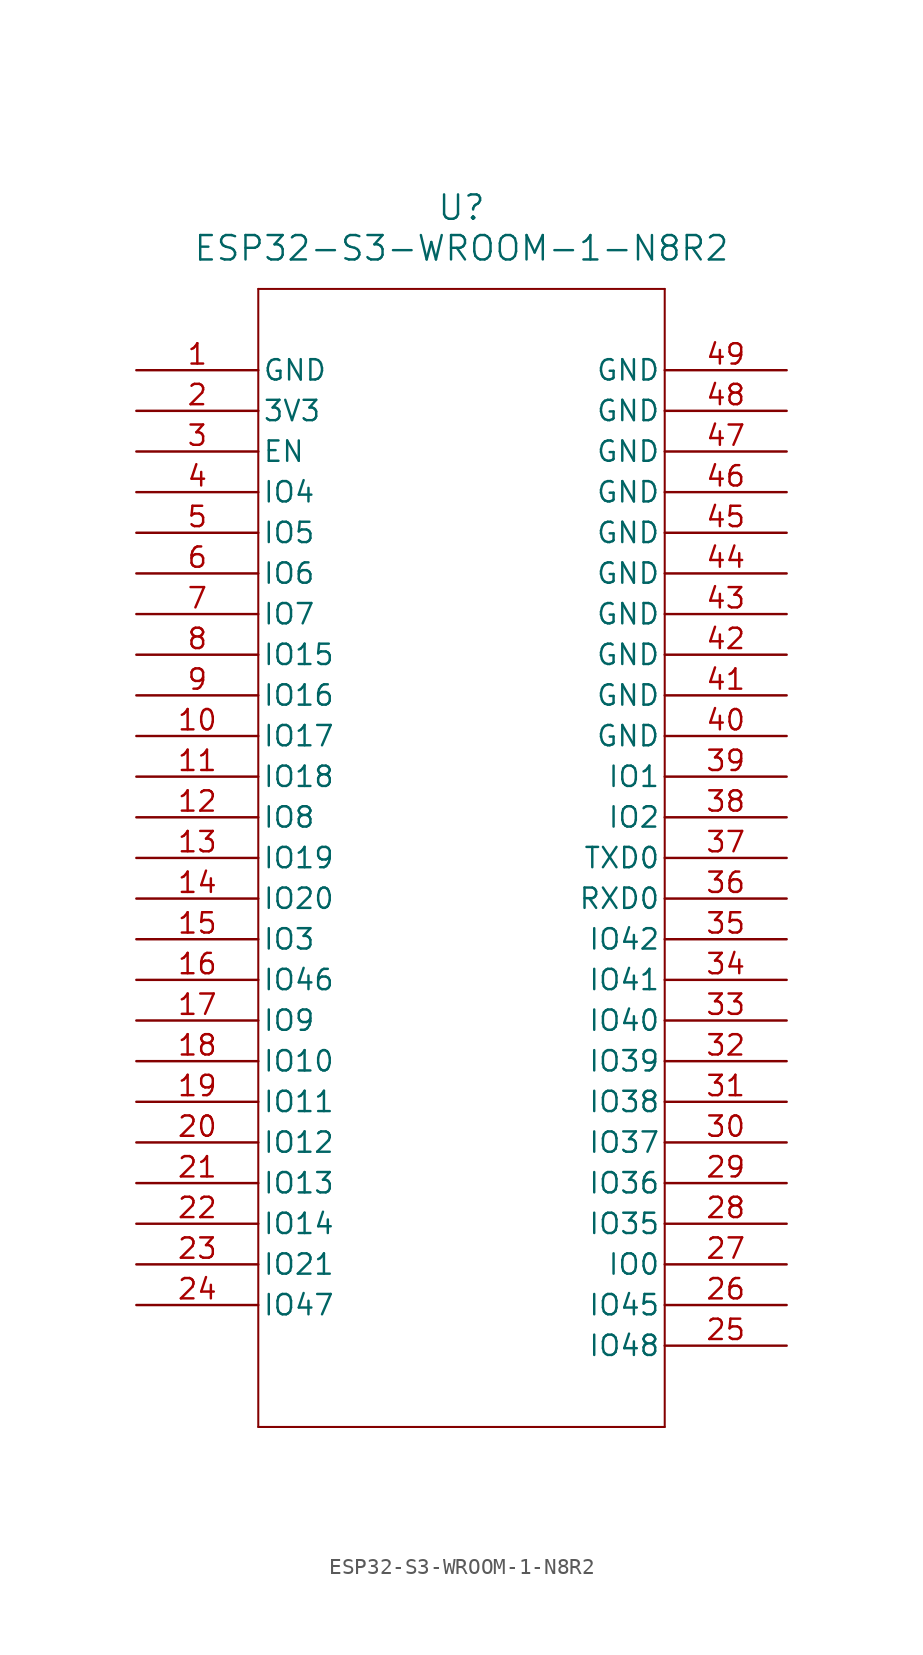
<source format=kicad_sym>
(kicad_symbol_lib
  (version 20220914)
  (generator kicad_symbol_editor)
  (symbol "ESP32-S3-WROOM-1-N8R2"
    (pin_names
      (offset 0.254))
    (property "Reference" "U"
      (at 20.32 10.16 0)
      (effects (font (size 1.524 1.524))))
    (property "Value" "ESP32-S3-WROOM-1-N8R2"
      (at 20.32 7.62 0)
      (effects (font (size 1.524 1.524))))
    (property "ki_locked" ""
      (at 0 0 0)
      (effects (font (size 1.27 1.27))))
    (symbol "ESP32-S3-WROOM-1-N8R2_0_1"
      (polyline (pts (xy 7.62 -66.04) (xy 33.02 -66.04)) (stroke (width 0.127) (type default)) (fill (type none)))
      (polyline (pts (xy 7.62 5.08) (xy 7.62 -66.04)) (stroke (width 0.127) (type default)) (fill (type none)))
      (polyline (pts (xy 33.02 -66.04) (xy 33.02 5.08)) (stroke (width 0.127) (type default)) (fill (type none)))
      (polyline (pts (xy 33.02 5.08) (xy 7.62 5.08)) (stroke (width 0.127) (type default)) (fill (type none)))
      (pin bidirectional line (at 0 -22.86 0) (length 7.62) (name "IO17" (effects (font (size 1.27 1.27)))) (number "10" (effects (font (size 1.27 1.27)))))
      (pin bidirectional line (at 0 -25.4 0) (length 7.62) (name "IO18" (effects (font (size 1.27 1.27)))) (number "11" (effects (font (size 1.27 1.27)))))
      (pin bidirectional line (at 0 -27.94 0) (length 7.62) (name "IO8" (effects (font (size 1.27 1.27)))) (number "12" (effects (font (size 1.27 1.27)))))
      (pin bidirectional line (at 0 -30.48 0) (length 7.62) (name "IO19" (effects (font (size 1.27 1.27)))) (number "13" (effects (font (size 1.27 1.27)))))
      (pin bidirectional line (at 0 -33.02 0) (length 7.62) (name "IO20" (effects (font (size 1.27 1.27)))) (number "14" (effects (font (size 1.27 1.27)))))
      (pin bidirectional line (at 0 -35.56 0) (length 7.62) (name "IO3" (effects (font (size 1.27 1.27)))) (number "15" (effects (font (size 1.27 1.27)))))
      (pin bidirectional line (at 0 -38.1 0) (length 7.62) (name "IO46" (effects (font (size 1.27 1.27)))) (number "16" (effects (font (size 1.27 1.27)))))
      (pin bidirectional line (at 0 -40.64 0) (length 7.62) (name "IO9" (effects (font (size 1.27 1.27)))) (number "17" (effects (font (size 1.27 1.27)))))
      (pin bidirectional line (at 0 -43.18 0) (length 7.62) (name "IO10" (effects (font (size 1.27 1.27)))) (number "18" (effects (font (size 1.27 1.27)))))
      (pin bidirectional line (at 0 -45.72 0) (length 7.62) (name "IO11" (effects (font (size 1.27 1.27)))) (number "19" (effects (font (size 1.27 1.27)))))
      (pin power_in line (at 0 -2.54 0) (length 7.62) (name "3V3" (effects (font (size 1.27 1.27)))) (number "2" (effects (font (size 1.27 1.27)))))
      (pin bidirectional line (at 0 -48.26 0) (length 7.62) (name "IO12" (effects (font (size 1.27 1.27)))) (number "20" (effects (font (size 1.27 1.27)))))
      (pin bidirectional line (at 0 -50.8 0) (length 7.62) (name "IO13" (effects (font (size 1.27 1.27)))) (number "21" (effects (font (size 1.27 1.27)))))
      (pin bidirectional line (at 0 -53.34 0) (length 7.62) (name "IO14" (effects (font (size 1.27 1.27)))) (number "22" (effects (font (size 1.27 1.27)))))
      (pin bidirectional line (at 0 -55.88 0) (length 7.62) (name "IO21" (effects (font (size 1.27 1.27)))) (number "23" (effects (font (size 1.27 1.27)))))
      (pin bidirectional line (at 0 -58.42 0) (length 7.62) (name "IO47" (effects (font (size 1.27 1.27)))) (number "24" (effects (font (size 1.27 1.27)))))
      (pin bidirectional line (at 40.64 -60.96 180) (length 7.62) (name "IO48" (effects (font (size 1.27 1.27)))) (number "25" (effects (font (size 1.27 1.27)))))
      (pin bidirectional line (at 40.64 -58.42 180) (length 7.62) (name "IO45" (effects (font (size 1.27 1.27)))) (number "26" (effects (font (size 1.27 1.27)))))
      (pin bidirectional line (at 40.64 -55.88 180) (length 7.62) (name "IO0" (effects (font (size 1.27 1.27)))) (number "27" (effects (font (size 1.27 1.27)))))
      (pin bidirectional line (at 40.64 -53.34 180) (length 7.62) (name "IO35" (effects (font (size 1.27 1.27)))) (number "28" (effects (font (size 1.27 1.27)))))
      (pin bidirectional line (at 40.64 -50.8 180) (length 7.62) (name "IO36" (effects (font (size 1.27 1.27)))) (number "29" (effects (font (size 1.27 1.27)))))
      (pin input line (at 0 -5.08 0) (length 7.62) (name "EN" (effects (font (size 1.27 1.27)))) (number "3" (effects (font (size 1.27 1.27)))))
      (pin bidirectional line (at 40.64 -48.26 180) (length 7.62) (name "IO37" (effects (font (size 1.27 1.27)))) (number "30" (effects (font (size 1.27 1.27)))))
      (pin bidirectional line (at 40.64 -45.72 180) (length 7.62) (name "IO38" (effects (font (size 1.27 1.27)))) (number "31" (effects (font (size 1.27 1.27)))))
      (pin bidirectional line (at 40.64 -43.18 180) (length 7.62) (name "IO39" (effects (font (size 1.27 1.27)))) (number "32" (effects (font (size 1.27 1.27)))))
      (pin bidirectional line (at 40.64 -40.64 180) (length 7.62) (name "IO40" (effects (font (size 1.27 1.27)))) (number "33" (effects (font (size 1.27 1.27)))))
      (pin bidirectional line (at 40.64 -38.1 180) (length 7.62) (name "IO41" (effects (font (size 1.27 1.27)))) (number "34" (effects (font (size 1.27 1.27)))))
      (pin bidirectional line (at 40.64 -35.56 180) (length 7.62) (name "IO42" (effects (font (size 1.27 1.27)))) (number "35" (effects (font (size 1.27 1.27)))))
      (pin bidirectional line (at 40.64 -33.02 180) (length 7.62) (name "RXD0" (effects (font (size 1.27 1.27)))) (number "36" (effects (font (size 1.27 1.27)))))
      (pin bidirectional line (at 40.64 -30.48 180) (length 7.62) (name "TXD0" (effects (font (size 1.27 1.27)))) (number "37" (effects (font (size 1.27 1.27)))))
      (pin bidirectional line (at 40.64 -27.94 180) (length 7.62) (name "IO2" (effects (font (size 1.27 1.27)))) (number "38" (effects (font (size 1.27 1.27)))))
      (pin bidirectional line (at 40.64 -25.4 180) (length 7.62) (name "IO1" (effects (font (size 1.27 1.27)))) (number "39" (effects (font (size 1.27 1.27)))))
      (pin bidirectional line (at 0 -7.62 0) (length 7.62) (name "IO4" (effects (font (size 1.27 1.27)))) (number "4" (effects (font (size 1.27 1.27)))))
      (pin bidirectional line (at 0 -10.16 0) (length 7.62) (name "IO5" (effects (font (size 1.27 1.27)))) (number "5" (effects (font (size 1.27 1.27)))))
      (pin bidirectional line (at 0 -12.7 0) (length 7.62) (name "IO6" (effects (font (size 1.27 1.27)))) (number "6" (effects (font (size 1.27 1.27)))))
      (pin bidirectional line (at 0 -15.24 0) (length 7.62) (name "IO7" (effects (font (size 1.27 1.27)))) (number "7" (effects (font (size 1.27 1.27)))))
      (pin bidirectional line (at 0 -17.78 0) (length 7.62) (name "IO15" (effects (font (size 1.27 1.27)))) (number "8" (effects (font (size 1.27 1.27)))))
      (pin bidirectional line (at 0 -20.32 0) (length 7.62) (name "IO16" (effects (font (size 1.27 1.27)))) (number "9" (effects (font (size 1.27 1.27))))))
    (symbol "ESP32-S3-WROOM-1-N8R2_1_1"
      (pin power_in line (at 0 0 0) (length 7.62) (name "GND" (effects (font (size 1.27 1.27)))) (number "1" (effects (font (size 1.27 1.27)))))
      (pin power_in line (at 40.64 -22.86 180) (length 7.62) (name "GND" (effects (font (size 1.27 1.27)))) (number "40" (effects (font (size 1.27 1.27)))))
      (pin power_in line (at 40.64 -20.32 180) (length 7.62) (name "GND" (effects (font (size 1.27 1.27)))) (number "41" (effects (font (size 1.27 1.27)))))
      (pin power_in line (at 40.64 -17.78 180) (length 7.62) (name "GND" (effects (font (size 1.27 1.27)))) (number "42" (effects (font (size 1.27 1.27)))))
      (pin power_in line (at 40.64 -15.24 180) (length 7.62) (name "GND" (effects (font (size 1.27 1.27)))) (number "43" (effects (font (size 1.27 1.27)))))
      (pin power_in line (at 40.64 -12.7 180) (length 7.62) (name "GND" (effects (font (size 1.27 1.27)))) (number "44" (effects (font (size 1.27 1.27)))))
      (pin power_in line (at 40.64 -10.16 180) (length 7.62) (name "GND" (effects (font (size 1.27 1.27)))) (number "45" (effects (font (size 1.27 1.27)))))
      (pin power_in line (at 40.64 -7.62 180) (length 7.62) (name "GND" (effects (font (size 1.27 1.27)))) (number "46" (effects (font (size 1.27 1.27)))))
      (pin power_in line (at 40.64 -5.08 180) (length 7.62) (name "GND" (effects (font (size 1.27 1.27)))) (number "47" (effects (font (size 1.27 1.27)))))
      (pin power_in line (at 40.64 -2.54 180) (length 7.62) (name "GND" (effects (font (size 1.27 1.27)))) (number "48" (effects (font (size 1.27 1.27)))))
      (pin power_in line (at 40.64 0 180) (length 7.62) (name "GND" (effects (font (size 1.27 1.27)))) (number "49" (effects (font (size 1.27 1.27))))))))
</source>
